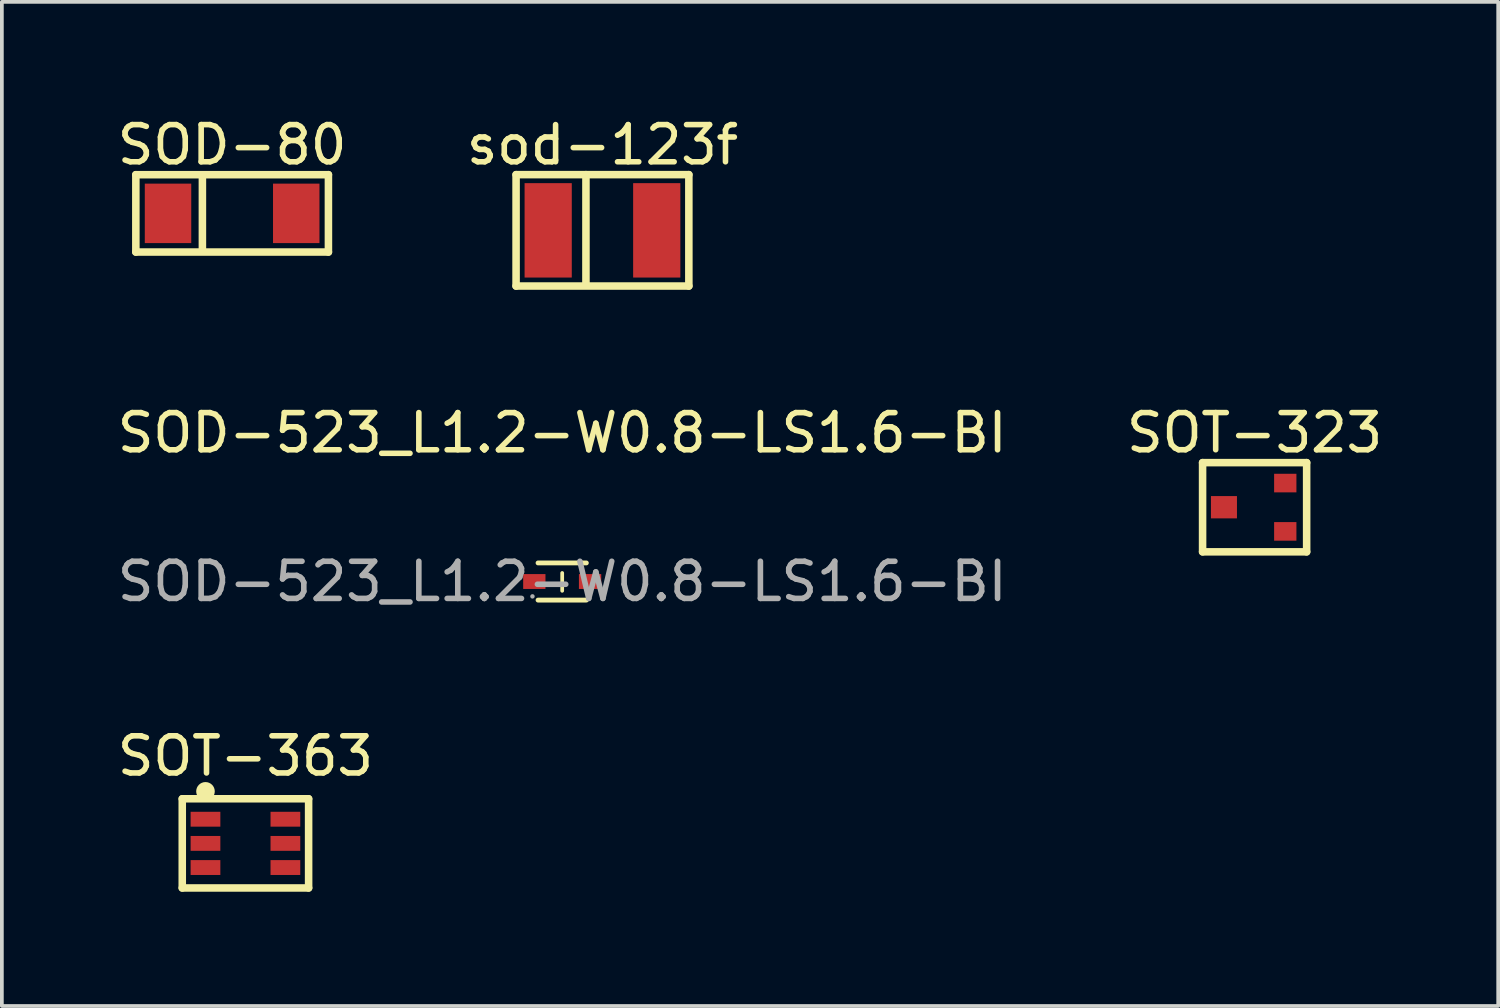
<source format=kicad_pcb>
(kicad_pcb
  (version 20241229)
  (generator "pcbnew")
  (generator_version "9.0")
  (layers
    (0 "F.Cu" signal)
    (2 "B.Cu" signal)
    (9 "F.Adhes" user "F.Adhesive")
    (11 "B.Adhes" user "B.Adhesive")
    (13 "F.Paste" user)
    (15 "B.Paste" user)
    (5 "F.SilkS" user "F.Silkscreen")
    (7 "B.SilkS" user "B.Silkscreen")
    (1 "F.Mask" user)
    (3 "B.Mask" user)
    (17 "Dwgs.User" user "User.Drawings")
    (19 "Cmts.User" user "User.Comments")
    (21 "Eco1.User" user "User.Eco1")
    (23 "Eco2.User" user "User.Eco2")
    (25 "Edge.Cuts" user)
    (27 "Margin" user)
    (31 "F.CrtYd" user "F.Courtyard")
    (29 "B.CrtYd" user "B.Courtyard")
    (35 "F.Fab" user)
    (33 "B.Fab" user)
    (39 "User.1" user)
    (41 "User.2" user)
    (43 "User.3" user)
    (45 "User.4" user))
  (footprint "SOT-323"
    (layer "F.Cu")
    (at 30.708 10.598)
    (property "Reference" "SOT-323" (at 0 -2.002 0) (layer "F.SilkS") (effects (font (size 1 1) (thickness 0.15))))
    (fp_line (start -1.4 -1.2) (end 1.4 -1.2) (stroke (width 0.203) (type solid)) (layer "F.SilkS"))
    (fp_line (start -1.4 1.2) (end -1.4 -1.2) (stroke (width 0.203) (type solid)) (layer "F.SilkS"))
    (fp_line (start -1.4 1.2) (end 1.4 1.2) (stroke (width 0.203) (type solid)) (layer "F.SilkS"))
    (fp_line (start 1.4 1.2) (end 1.4 -1.2) (stroke (width 0.203) (type solid)) (layer "F.SilkS"))
    (pad "1" smd rect (at 0.825 0.65 90) (size 0.5 0.6) (layers "F.Cu" "F.Mask" "F.Paste"))
    (pad "2" smd rect (at 0.825 -0.65 90) (size 0.5 0.6) (layers "F.Cu" "F.Mask" "F.Paste"))
    (pad "3" smd rect (at -0.825 0 90) (size 0.6 0.7) (layers "F.Cu" "F.Mask" "F.Paste")))
  (footprint "SOD-80"
    (layer "F.Cu")
    (at 3.196 2.691)
    (property "Reference" "SOD-80" (at 0 -1.843 0) (layer "F.SilkS") (effects (font (size 1 1) (thickness 0.15))))
    (fp_line (start -2.591 -1.041) (end 2.591 -1.041) (stroke (width 0.203) (type solid)) (layer "F.SilkS"))
    (fp_line (start -2.591 1.041) (end -2.591 -1.041) (stroke (width 0.203) (type solid)) (layer "F.SilkS"))
    (fp_line (start -2.591 1.041) (end 2.591 1.041) (stroke (width 0.203) (type solid)) (layer "F.SilkS"))
    (fp_line (start -0.8 1) (end -0.8 -1) (stroke (width 0.203) (type solid)) (layer "F.SilkS"))
    (fp_line (start 2.591 1.041) (end 2.591 -1.041) (stroke (width 0.203) (type solid)) (layer "F.SilkS"))
    (pad "A" smd rect (at 1.725 0 270) (size 1.6 1.25) (layers "F.Cu" "F.Mask" "F.Paste"))
    (pad "K" smd rect (at -1.725 0 270) (size 1.6 1.25) (layers "F.Cu" "F.Mask" "F.Paste")))
  (footprint "SOD-523_L1.2-W0.8-LS1.6-BI"
    (layer "F.Cu")
    (at 12.077 12.597)
    (property "Reference" "SOD-523_L1.2-W0.8-LS1.6-BI" (at 0 -4 0) (layer "F.SilkS") (effects (font (size 1 1) (thickness 0.15))))
    (attr smd)
    (fp_line (start -0.65 -0.5) (end 0.65 -0.5) (stroke (width 0.13) (type solid)) (layer "F.SilkS"))
    (fp_line (start -0.65 0.5) (end 0.65 0.5) (stroke (width 0.13) (type solid)) (layer "F.SilkS"))
    (fp_line (start 0 -0.23) (end 0 0.25) (stroke (width 0.1) (type solid)) (layer "F.SilkS"))
    (fp_circle (center -0.8 0.4) (end -0.77 0.4) (stroke (width 0.06) (type solid)) (fill no) (layer "F.Fab"))
    (fp_text user "${REFERENCE}" (at 0 0 0) (layer "F.Fab") (effects (font (size 1 1) (thickness 0.15))))
    (pad "1" smd rect (at -0.75 0) (size 0.6 0.4) (layers "F.Cu" "F.Mask" "F.Paste"))
    (pad "2" smd rect (at 0.75 0 180) (size 0.6 0.4) (layers "F.Cu" "F.Mask" "F.Paste")))
  (footprint "sod-123f"
    (layer "F.Cu")
    (at 12.97 3.148)
    (property "Reference" "sod-123f" (at 0.191 -2.3 0) (layer "F.SilkS") (effects (font (size 1 1) (thickness 0.15))))
    (fp_line (start -2.134 -1.499) (end 2.515 -1.499) (stroke (width 0.203) (type solid)) (layer "F.SilkS"))
    (fp_line (start -2.134 1.499) (end -2.134 -1.499) (stroke (width 0.203) (type solid)) (layer "F.SilkS"))
    (fp_line (start -2.134 1.499) (end 2.515 1.499) (stroke (width 0.203) (type solid)) (layer "F.SilkS"))
    (fp_line (start -0.254 1.473) (end -0.254 -1.499) (stroke (width 0.203) (type solid)) (layer "F.SilkS"))
    (fp_line (start 2.515 1.499) (end 2.515 -1.499) (stroke (width 0.203) (type solid)) (layer "F.SilkS"))
    (pad "A" smd rect (at 1.651 0 90) (size 2.54 1.27) (layers "F.Cu" "F.Mask" "F.Paste"))
    (pad "K" smd rect (at -1.27 0 90) (size 2.54 1.27) (layers "F.Cu" "F.Mask" "F.Paste")))
  (footprint "SOT-363"
    (layer "F.Cu")
    (at 3.554 19.643)
    (property "Reference" "SOT-363" (at 0 -2.35 0) (layer "F.SilkS") (effects (font (size 1 1) (thickness 0.15))))
    (fp_line (start -1.7 -1.2) (end 1.7 -1.2) (stroke (width 0.203) (type solid)) (layer "F.SilkS"))
    (fp_line (start -1.7 1.2) (end -1.7 -1.2) (stroke (width 0.203) (type solid)) (layer "F.SilkS"))
    (fp_line (start -1.7 1.2) (end 1.7 1.2) (stroke (width 0.203) (type solid)) (layer "F.SilkS"))
    (fp_line (start 1.7 1.2) (end 1.7 -1.2) (stroke (width 0.203) (type solid)) (layer "F.SilkS"))
    (fp_circle (center -1.075 -1.4) (end -1.075 -1.525) (stroke (width 0.25) (type solid)) (fill no) (layer "F.SilkS"))
    (fp_line (start -1.725 -1.35) (end 1.725 -1.35) (stroke (width 0.05) (type solid)) (layer "Eco2.User"))
    (fp_line (start -1.725 1.35) (end -1.725 -1.35) (stroke (width 0.05) (type solid)) (layer "Eco2.User"))
    (fp_line (start -1.725 1.35) (end 1.725 1.35) (stroke (width 0.05) (type solid)) (layer "Eco2.User"))
    (fp_line (start -0.5 0) (end 0.5 0) (stroke (width 0.1) (type solid)) (layer "Eco2.User"))
    (fp_line (start 0 0.5) (end 0 -0.5) (stroke (width 0.1) (type solid)) (layer "Eco2.User"))
    (fp_line (start 1.725 1.35) (end 1.725 -1.35) (stroke (width 0.05) (type solid)) (layer "Eco2.User"))
    (pad "1" smd rect (at -1.075 -0.65 90) (size 0.4 0.8) (layers "F.Cu" "F.Mask" "F.Paste"))
    (pad "2" smd rect (at -1.075 0 90) (size 0.4 0.8) (layers "F.Cu" "F.Mask" "F.Paste"))
    (pad "3" smd rect (at -1.075 0.65 90) (size 0.4 0.8) (layers "F.Cu" "F.Mask" "F.Paste"))
    (pad "4" smd rect (at 1.075 0.65 90) (size 0.4 0.8) (layers "F.Cu" "F.Mask" "F.Paste"))
    (pad "5" smd rect (at 1.075 0 90) (size 0.4 0.8) (layers "F.Cu" "F.Mask" "F.Paste"))
    (pad "6" smd rect (at 1.075 -0.65 90) (size 0.4 0.8) (layers "F.Cu" "F.Mask" "F.Paste")))
  (gr_rect
    (start -3 -3)
    (end 37.262 24.018)
    (stroke (width 0.1) (type default))
    (fill no)
    (layer "Edge.Cuts")))
</source>
